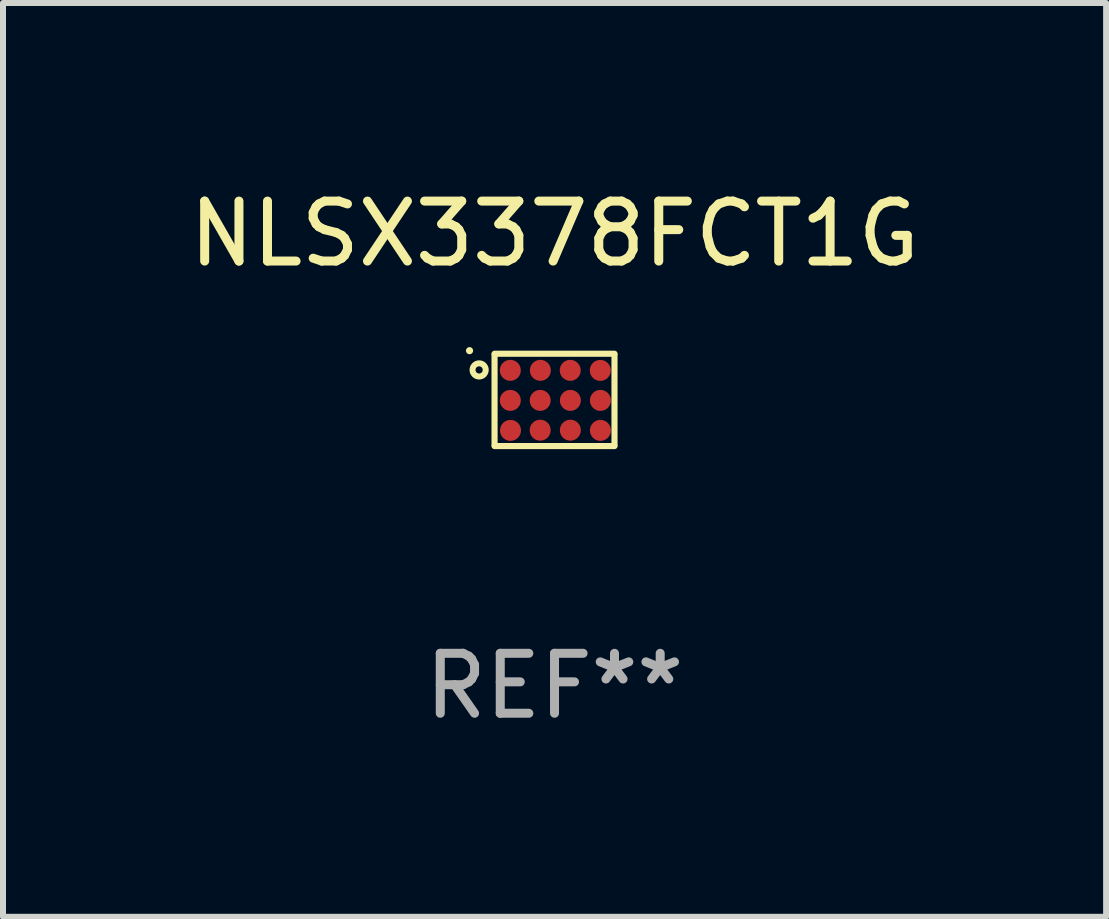
<source format=kicad_pcb>
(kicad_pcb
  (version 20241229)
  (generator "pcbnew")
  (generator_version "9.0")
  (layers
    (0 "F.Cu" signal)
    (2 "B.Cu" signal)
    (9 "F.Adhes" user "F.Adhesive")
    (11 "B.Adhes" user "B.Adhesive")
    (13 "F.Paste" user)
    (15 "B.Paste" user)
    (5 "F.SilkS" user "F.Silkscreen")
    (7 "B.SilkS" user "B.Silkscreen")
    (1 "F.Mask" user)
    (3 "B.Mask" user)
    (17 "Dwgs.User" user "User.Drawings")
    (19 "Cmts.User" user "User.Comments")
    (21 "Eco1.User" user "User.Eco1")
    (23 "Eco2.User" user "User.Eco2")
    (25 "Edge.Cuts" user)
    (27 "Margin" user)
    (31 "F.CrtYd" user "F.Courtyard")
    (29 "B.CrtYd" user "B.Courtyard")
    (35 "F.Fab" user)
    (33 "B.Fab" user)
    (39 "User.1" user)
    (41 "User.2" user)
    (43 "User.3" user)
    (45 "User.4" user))
  (footprint "NLSX3378FCT1G"
    (layer "F.Cu")
    (at 6.196 3.618)
    (property "Reference" "NLSX3378FCT1G" (at 0 -2.77 0) (layer "F.SilkS") (effects (font (size 1 1) (thickness 0.15))))
    (attr through_hole)
    (fp_line (start -1 -0.77) (end 1 -0.77) (stroke (width 0.102) (type solid)) (layer "F.SilkS"))
    (fp_line (start -1 0.75) (end -1 -0.75) (stroke (width 0.102) (type solid)) (layer "F.SilkS"))
    (fp_line (start -1 0.77) (end 1 0.77) (stroke (width 0.102) (type solid)) (layer "F.SilkS"))
    (fp_line (start 1 0.75) (end 1 -0.75) (stroke (width 0.102) (type solid)) (layer "F.SilkS"))
    (fp_circle (center -1.417 -0.821) (end -1.387 -0.821) (stroke (width 0.06) (type solid)) (fill no) (layer "F.SilkS"))
    (fp_circle (center -1.257 -0.5) (end -1.147 -0.5) (stroke (width 0.1) (type solid)) (fill no) (layer "F.SilkS"))
    (fp_text user "REF**" (at 0 4.77 0) (layer "F.Fab") (effects (font (size 1 1) (thickness 0.15))))
    (pad "A1" smd circle (at -0.737 -0.493) (size 0.35 0.35) (layers "F.Cu" "F.Mask" "F.Paste"))
    (pad "A2" smd circle (at -0.236 -0.493) (size 0.35 0.35) (layers "F.Cu" "F.Mask" "F.Paste"))
    (pad "A3" smd circle (at 0.262 -0.493) (size 0.35 0.35) (layers "F.Cu" "F.Mask" "F.Paste"))
    (pad "A4" smd circle (at 0.763 -0.492) (size 0.35 0.35) (layers "F.Cu" "F.Mask" "F.Paste"))
    (pad "B1" smd circle (at -0.737 0.008) (size 0.35 0.35) (layers "F.Cu" "F.Mask" "F.Paste"))
    (pad "B2" smd circle (at -0.239 0.008) (size 0.35 0.35) (layers "F.Cu" "F.Mask" "F.Paste"))
    (pad "B3" smd circle (at 0.264 0.008) (size 0.35 0.35) (layers "F.Cu" "F.Mask" "F.Paste"))
    (pad "B4" smd circle (at 0.765 0.008) (size 0.35 0.35) (layers "F.Cu" "F.Mask" "F.Paste"))
    (pad "C1" smd circle (at -0.734 0.508) (size 0.35 0.35) (layers "F.Cu" "F.Mask" "F.Paste"))
    (pad "C2" smd circle (at -0.239 0.505) (size 0.35 0.35) (layers "F.Cu" "F.Mask" "F.Paste"))
    (pad "C3" smd circle (at 0.264 0.505) (size 0.35 0.35) (layers "F.Cu" "F.Mask" "F.Paste"))
    (pad "C4" smd circle (at 0.765 0.508) (size 0.35 0.35) (layers "F.Cu" "F.Mask" "F.Paste")))
  (gr_rect
    (start -3 -3)
    (end 15.393 12.236)
    (stroke (width 0.1) (type default))
    (fill no)
    (layer "Edge.Cuts")))
</source>
